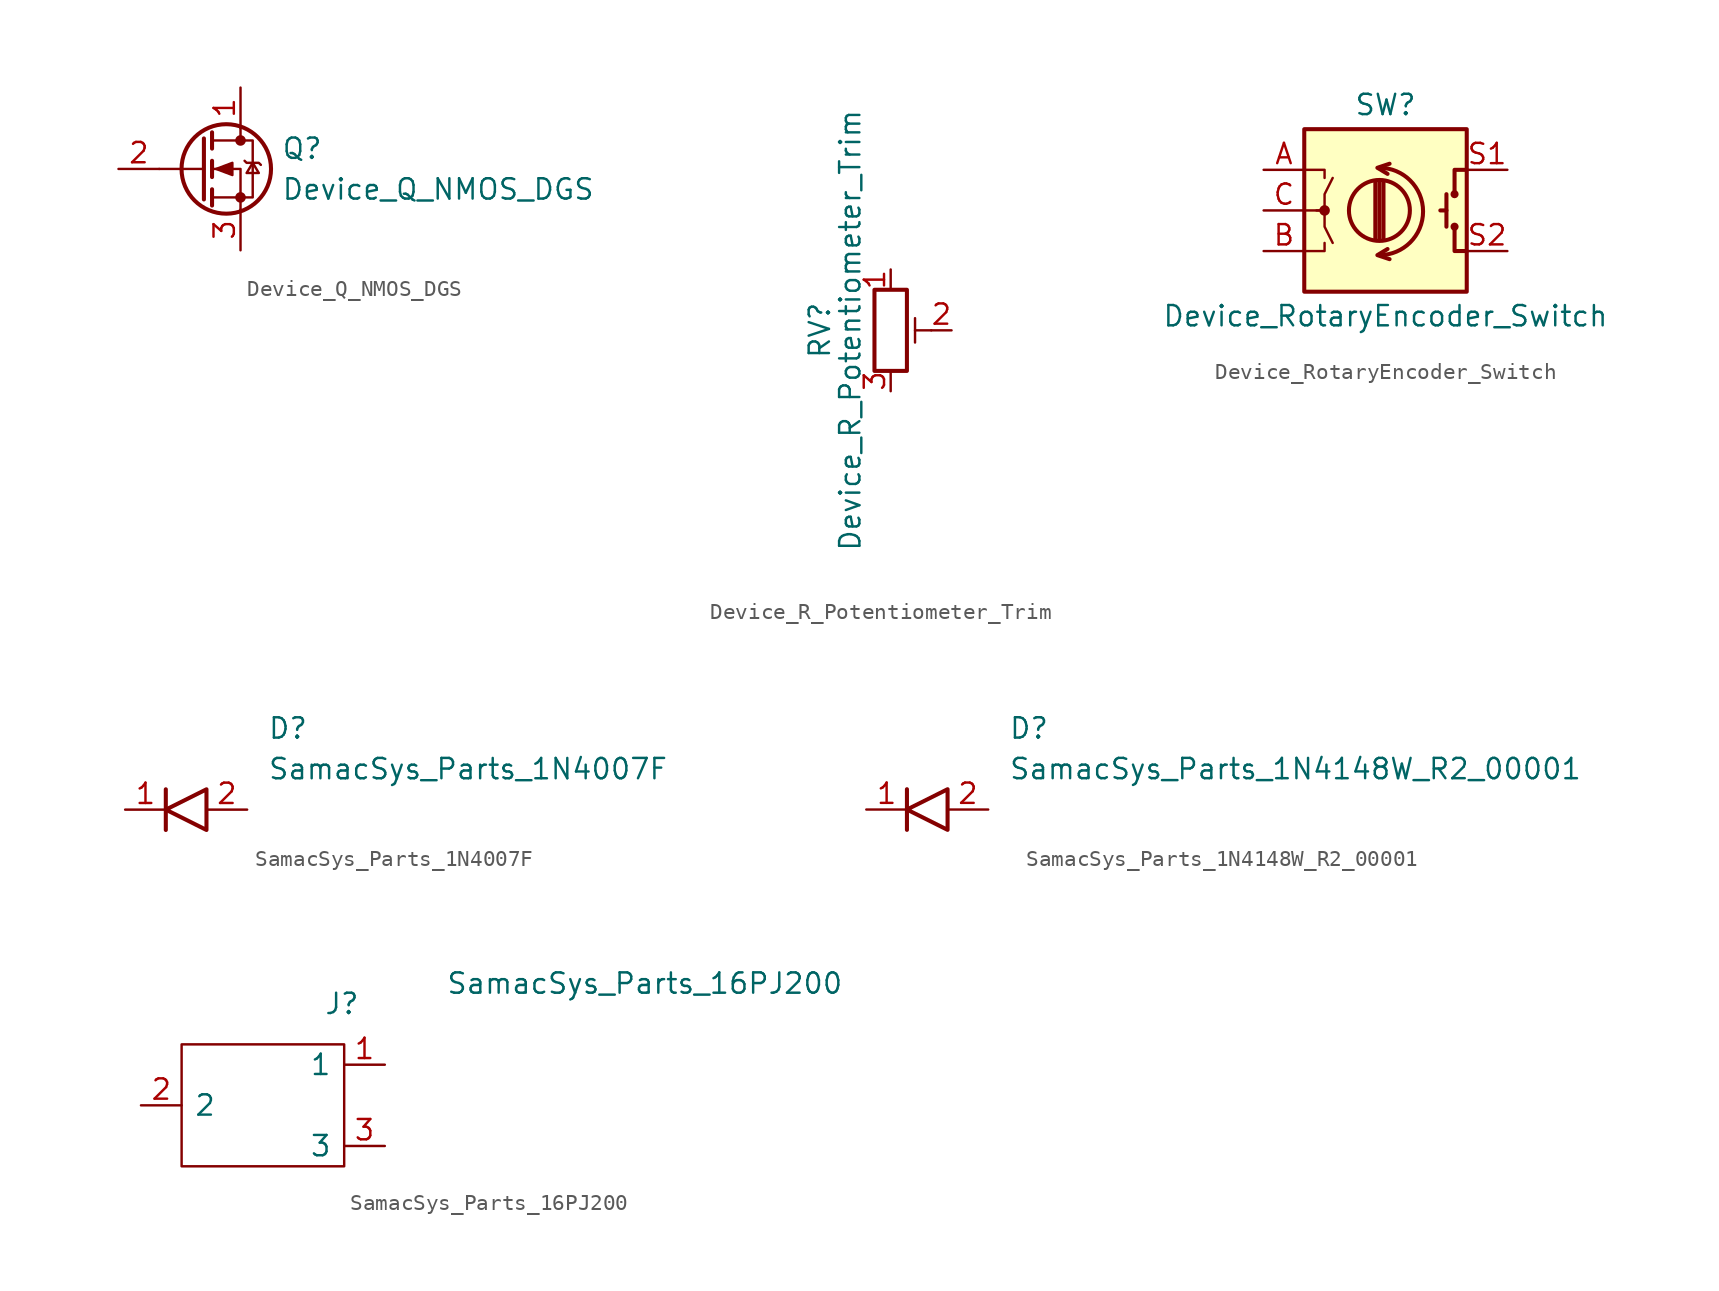
<source format=kicad_sym>
(kicad_symbol_lib
  (version 20211014)
  (generator kicad_symbol_editor)
  (symbol "Device_Q_NMOS_DGS"
    (pin_names
      (offset 0) hide)
    (property "Reference" "Q"
      (at 5.08 1.27 0)
      (effects (font (size 1.27 1.27)) (justify left)))
    (property "Value" "Device_Q_NMOS_DGS"
      (at 5.08 -1.27 0)
      (effects (font (size 1.27 1.27)) (justify left)))
    (symbol "Device_Q_NMOS_DGS_0_1"
      (polyline (pts (xy 0.254 0) (xy -2.54 0)) (stroke (width 0) (type default) (color 0 0 0 0)) (fill (type none)))
      (polyline (pts (xy 0.254 1.905) (xy 0.254 -1.905)) (stroke (width 0.254) (type default) (color 0 0 0 0)) (fill (type none)))
      (polyline (pts (xy 0.762 -1.27) (xy 0.762 -2.286)) (stroke (width 0.254) (type default) (color 0 0 0 0)) (fill (type none)))
      (polyline (pts (xy 0.762 0.508) (xy 0.762 -0.508)) (stroke (width 0.254) (type default) (color 0 0 0 0)) (fill (type none)))
      (polyline (pts (xy 0.762 2.286) (xy 0.762 1.27)) (stroke (width 0.254) (type default) (color 0 0 0 0)) (fill (type none)))
      (polyline (pts (xy 2.54 2.54) (xy 2.54 1.778)) (stroke (width 0) (type default) (color 0 0 0 0)) (fill (type none)))
      (polyline (pts (xy 2.54 -2.54) (xy 2.54 0) (xy 0.762 0)) (stroke (width 0) (type default) (color 0 0 0 0)) (fill (type none)))
      (polyline (pts (xy 0.762 -1.778) (xy 3.302 -1.778) (xy 3.302 1.778) (xy 0.762 1.778)) (stroke (width 0) (type default) (color 0 0 0 0)) (fill (type none)))
      (polyline (pts (xy 1.016 0) (xy 2.032 0.381) (xy 2.032 -0.381) (xy 1.016 0)) (stroke (width 0) (type default) (color 0 0 0 0)) (fill (type outline)))
      (polyline (pts (xy 2.794 0.508) (xy 2.921 0.381) (xy 3.683 0.381) (xy 3.81 0.254)) (stroke (width 0) (type default) (color 0 0 0 0)) (fill (type none)))
      (polyline (pts (xy 3.302 0.381) (xy 2.921 -0.254) (xy 3.683 -0.254) (xy 3.302 0.381)) (stroke (width 0) (type default) (color 0 0 0 0)) (fill (type none)))
      (circle (center 1.651 0) (radius 2.794) (stroke (width 0.254) (type default) (color 0 0 0 0)) (fill (type none)))
      (circle (center 2.54 -1.778) (radius 0.254) (stroke (width 0) (type default) (color 0 0 0 0)) (fill (type outline)))
      (circle (center 2.54 1.778) (radius 0.254) (stroke (width 0) (type default) (color 0 0 0 0)) (fill (type outline))))
    (symbol "Device_Q_NMOS_DGS_1_1"
      (pin passive line (at 2.54 5.08 270) (length 2.54) (name "D" (effects (font (size 1.27 1.27)))) (number "1" (effects (font (size 1.27 1.27)))))
      (pin input line (at -5.08 0 0) (length 2.54) (name "G" (effects (font (size 1.27 1.27)))) (number "2" (effects (font (size 1.27 1.27)))))
      (pin passive line (at 2.54 -5.08 90) (length 2.54) (name "S" (effects (font (size 1.27 1.27)))) (number "3" (effects (font (size 1.27 1.27)))))))
  (symbol "Device_R_Potentiometer_Trim"
    (pin_names
      (offset 1.016) hide)
    (property "Reference" "RV"
      (at -4.445 0 90)
      (effects (font (size 1.27 1.27))))
    (property "Value" "Device_R_Potentiometer_Trim"
      (at -2.54 0 90)
      (effects (font (size 1.27 1.27))))
    (symbol "Device_R_Potentiometer_Trim_0_1"
      (polyline (pts (xy 1.524 0.762) (xy 1.524 -0.762)) (stroke (width 0) (type default) (color 0 0 0 0)) (fill (type none)))
      (polyline (pts (xy 2.54 0) (xy 1.524 0)) (stroke (width 0) (type default) (color 0 0 0 0)) (fill (type none)))
      (rectangle (start 1.016 2.54) (end -1.016 -2.54) (stroke (width 0.254) (type default) (color 0 0 0 0)) (fill (type none))))
    (symbol "Device_R_Potentiometer_Trim_1_1"
      (pin passive line (at 0 3.81 270) (length 1.27) (name "1" (effects (font (size 1.27 1.27)))) (number "1" (effects (font (size 1.27 1.27)))))
      (pin passive line (at 3.81 0 180) (length 1.27) (name "2" (effects (font (size 1.27 1.27)))) (number "2" (effects (font (size 1.27 1.27)))))
      (pin passive line (at 0 -3.81 90) (length 1.27) (name "3" (effects (font (size 1.27 1.27)))) (number "3" (effects (font (size 1.27 1.27)))))))
  (symbol "Device_RotaryEncoder_Switch"
    (pin_names
      (offset 0.254) hide)
    (property "Reference" "SW"
      (at 0 6.604 0)
      (effects (font (size 1.27 1.27))))
    (property "Value" "Device_RotaryEncoder_Switch"
      (at 0 -6.604 0)
      (effects (font (size 1.27 1.27))))
    (symbol "Device_RotaryEncoder_Switch_0_1"
      (rectangle (start -5.08 5.08) (end 5.08 -5.08) (stroke (width 0.254) (type default) (color 0 0 0 0)) (fill (type background)))
      (circle (center -3.81 0) (radius 0.254) (stroke (width 0) (type default) (color 0 0 0 0)) (fill (type outline)))
      (arc (start -0.381 -2.794) (mid 2.3622 -0.0508) (end -0.381 2.667) (stroke (width 0.254) (type default) (color 0 0 0 0)) (fill (type none)))
      (circle (center -0.381 0) (radius 1.905) (stroke (width 0.254) (type default) (color 0 0 0 0)) (fill (type none)))
      (polyline (pts (xy -0.635 -1.778) (xy -0.635 1.778)) (stroke (width 0.254) (type default) (color 0 0 0 0)) (fill (type none)))
      (polyline (pts (xy -0.381 -1.778) (xy -0.381 1.778)) (stroke (width 0.254) (type default) (color 0 0 0 0)) (fill (type none)))
      (polyline (pts (xy -0.127 1.778) (xy -0.127 -1.778)) (stroke (width 0.254) (type default) (color 0 0 0 0)) (fill (type none)))
      (polyline (pts (xy 3.81 0) (xy 3.429 0)) (stroke (width 0.254) (type default) (color 0 0 0 0)) (fill (type none)))
      (polyline (pts (xy 3.81 1.016) (xy 3.81 -1.016)) (stroke (width 0.254) (type default) (color 0 0 0 0)) (fill (type none)))
      (polyline (pts (xy -5.08 -2.54) (xy -3.81 -2.54) (xy -3.81 -2.032)) (stroke (width 0) (type default) (color 0 0 0 0)) (fill (type none)))
      (polyline (pts (xy -5.08 2.54) (xy -3.81 2.54) (xy -3.81 2.032)) (stroke (width 0) (type default) (color 0 0 0 0)) (fill (type none)))
      (polyline (pts (xy 0.254 -3.048) (xy -0.508 -2.794) (xy 0.127 -2.413)) (stroke (width 0.254) (type default) (color 0 0 0 0)) (fill (type none)))
      (polyline (pts (xy 0.254 2.921) (xy -0.508 2.667) (xy 0.127 2.286)) (stroke (width 0.254) (type default) (color 0 0 0 0)) (fill (type none)))
      (polyline (pts (xy 5.08 -2.54) (xy 4.318 -2.54) (xy 4.318 -1.016)) (stroke (width 0.254) (type default) (color 0 0 0 0)) (fill (type none)))
      (polyline (pts (xy 5.08 2.54) (xy 4.318 2.54) (xy 4.318 1.016)) (stroke (width 0.254) (type default) (color 0 0 0 0)) (fill (type none)))
      (polyline (pts (xy -5.08 0) (xy -3.81 0) (xy -3.81 -1.016) (xy -3.302 -2.032)) (stroke (width 0) (type default) (color 0 0 0 0)) (fill (type none)))
      (polyline (pts (xy -4.318 0) (xy -3.81 0) (xy -3.81 1.016) (xy -3.302 2.032)) (stroke (width 0) (type default) (color 0 0 0 0)) (fill (type none)))
      (circle (center 4.318 -1.016) (radius 0.127) (stroke (width 0.254) (type default) (color 0 0 0 0)) (fill (type none)))
      (circle (center 4.318 1.016) (radius 0.127) (stroke (width 0.254) (type default) (color 0 0 0 0)) (fill (type none))))
    (symbol "Device_RotaryEncoder_Switch_1_1"
      (pin passive line (at -7.62 2.54 0) (length 2.54) (name "A" (effects (font (size 1.27 1.27)))) (number "A" (effects (font (size 1.27 1.27)))))
      (pin passive line (at -7.62 -2.54 0) (length 2.54) (name "B" (effects (font (size 1.27 1.27)))) (number "B" (effects (font (size 1.27 1.27)))))
      (pin passive line (at -7.62 0 0) (length 2.54) (name "C" (effects (font (size 1.27 1.27)))) (number "C" (effects (font (size 1.27 1.27)))))
      (pin passive line (at 7.62 2.54 180) (length 2.54) (name "S1" (effects (font (size 1.27 1.27)))) (number "S1" (effects (font (size 1.27 1.27)))))
      (pin passive line (at 7.62 -2.54 180) (length 2.54) (name "S2" (effects (font (size 1.27 1.27)))) (number "S2" (effects (font (size 1.27 1.27)))))))
  (symbol "SamacSys_Parts_1N4007F"
    (pin_names
      (offset 0.762))
    (property "Reference" "D"
      (at 11.43 5.08 0)
      (effects (font (size 1.27 1.27)) (justify left)))
    (property "Value" "SamacSys_Parts_1N4007F"
      (at 11.43 2.54 0)
      (effects (font (size 1.27 1.27)) (justify left)))
    (symbol "SamacSys_Parts_1N4007F_0_0"
      (pin passive line (at 2.54 0 0) (length 2.54) (name "~" (effects (font (size 1.27 1.27)))) (number "1" (effects (font (size 1.27 1.27)))))
      (pin passive line (at 10.16 0 180) (length 2.54) (name "~" (effects (font (size 1.27 1.27)))) (number "2" (effects (font (size 1.27 1.27))))))
    (symbol "SamacSys_Parts_1N4007F_1_1"
      (polyline (pts (xy 5.08 1.27) (xy 5.08 -1.27)) (stroke (width 0.254) (type default) (color 0 0 0 0)) (fill (type none)))
      (polyline (pts (xy 7.62 1.27) (xy 7.62 -1.27) (xy 5.08 0) (xy 7.62 1.27)) (stroke (width 0.254) (type default) (color 0 0 0 0)) (fill (type none)))))
  (symbol "SamacSys_Parts_1N4148W_R2_00001"
    (pin_names
      (offset 0.762))
    (property "Reference" "D"
      (at 11.43 5.08 0)
      (effects (font (size 1.27 1.27)) (justify left)))
    (property "Value" "SamacSys_Parts_1N4148W_R2_00001"
      (at 11.43 2.54 0)
      (effects (font (size 1.27 1.27)) (justify left)))
    (symbol "SamacSys_Parts_1N4148W_R2_00001_0_0"
      (pin passive line (at 2.54 0 0) (length 2.54) (name "~" (effects (font (size 1.27 1.27)))) (number "1" (effects (font (size 1.27 1.27)))))
      (pin passive line (at 10.16 0 180) (length 2.54) (name "~" (effects (font (size 1.27 1.27)))) (number "2" (effects (font (size 1.27 1.27))))))
    (symbol "SamacSys_Parts_1N4148W_R2_00001_1_1"
      (polyline (pts (xy 5.08 1.27) (xy 5.08 -1.27)) (stroke (width 0.254) (type default) (color 0 0 0 0)) (fill (type none)))
      (polyline (pts (xy 7.62 1.27) (xy 7.62 -1.27) (xy 5.08 0) (xy 7.62 1.27)) (stroke (width 0.254) (type default) (color 0 0 0 0)) (fill (type none)))))
  (symbol "SamacSys_Parts_16PJ200"
    (pin_names
      (offset 0.762))
    (property "Reference" "J"
      (at 13.97 5.08 0)
      (effects (font (size 1.27 1.27)) (justify left)))
    (property "Value" "SamacSys_Parts_16PJ200"
      (at 21.59 6.35 0)
      (effects (font (size 1.27 1.27)) (justify left)))
    (symbol "SamacSys_Parts_16PJ200_0_0"
      (pin passive line (at 17.78 1.27 180) (length 2.54) (name "1" (effects (font (size 1.27 1.27)))) (number "1" (effects (font (size 1.27 1.27)))))
      (pin passive line (at 2.54 -1.27 0) (length 2.54) (name "2" (effects (font (size 1.27 1.27)))) (number "2" (effects (font (size 1.27 1.27)))))
      (pin passive line (at 17.78 -3.81 180) (length 2.54) (name "3" (effects (font (size 1.27 1.27)))) (number "3" (effects (font (size 1.27 1.27))))))
    (symbol "SamacSys_Parts_16PJ200_0_1"
      (polyline (pts (xy 5.08 2.54) (xy 15.24 2.54) (xy 15.24 -5.08) (xy 5.08 -5.08) (xy 5.08 2.54)) (stroke (width 0.152) (type default) (color 0 0 0 0)) (fill (type none))))))
</source>
